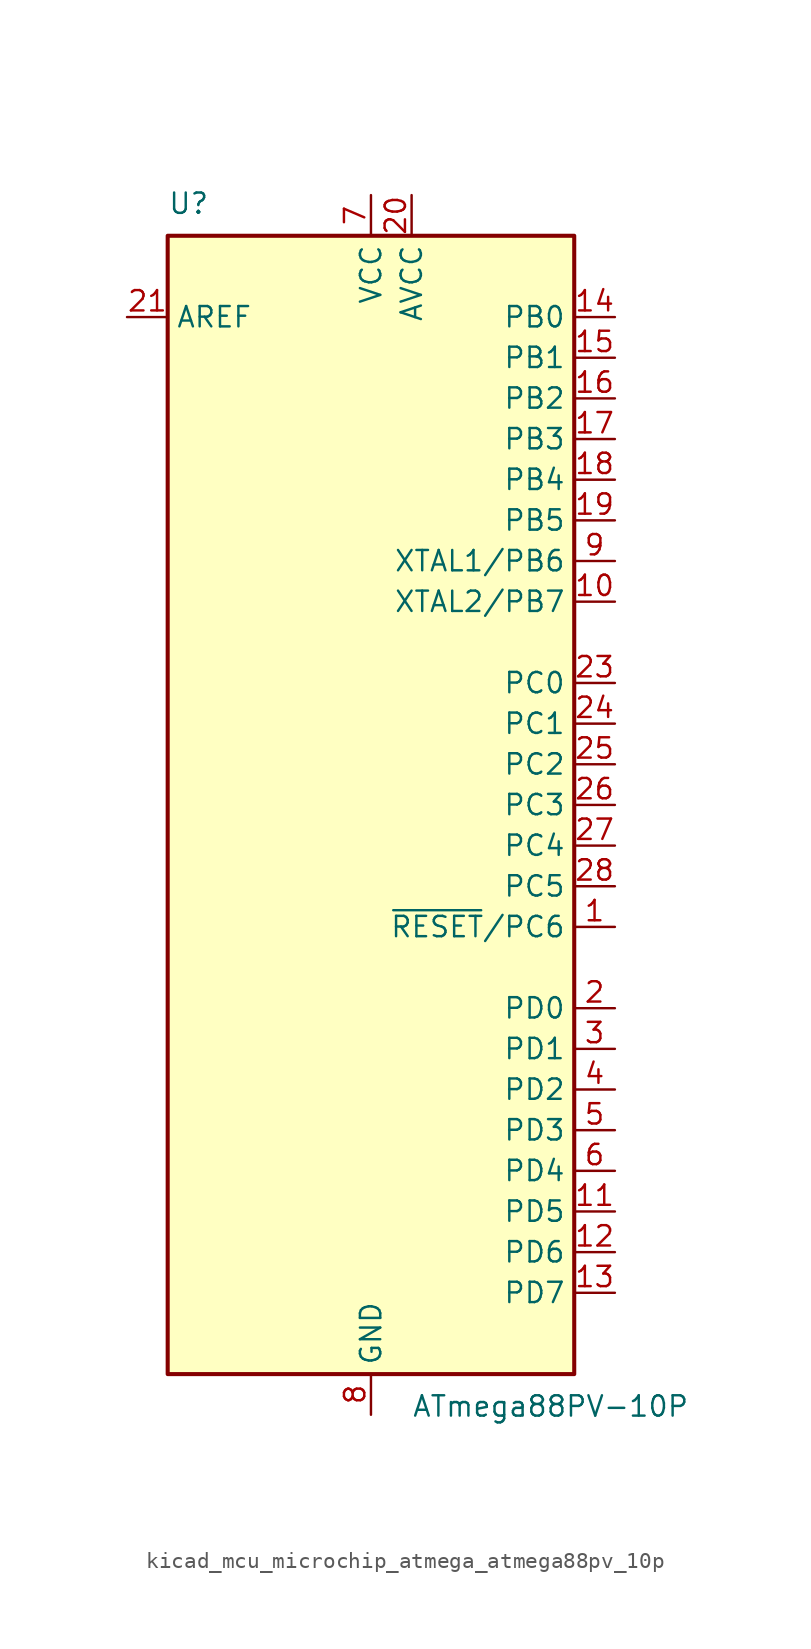
<source format=kicad_sym>
(kicad_symbol_lib
  (version 20220914)
  (generator kicad_symbol_editor)
  (symbol "kicad_mcu_microchip_atmega_atmega88pv_10p"
    (property "Reference" "U"
      (at -12.7 36.83 0)
      (effects (font (size 1.27 1.27)) (justify left bottom)))
    (property "Value" "ATmega88PV-10P"
      (at 2.54 -36.83 0)
      (effects (font (size 1.27 1.27)) (justify left top)))
    (symbol "kicad_mcu_microchip_atmega_atmega88pv_10p_0_1"
      (rectangle (start -12.7 -35.56) (end 12.7 35.56) (stroke (width 0.254) (type default)) (fill (type background))))
    (symbol "kicad_mcu_microchip_atmega_atmega88pv_10p_1_1"
      (pin bidirectional line (at 15.24 -7.62 180) (length 2.54) (name "~{RESET}/PC6" (effects (font (size 1.27 1.27)))) (number "1" (effects (font (size 1.27 1.27)))))
      (pin bidirectional line (at 15.24 12.7 180) (length 2.54) (name "XTAL2/PB7" (effects (font (size 1.27 1.27)))) (number "10" (effects (font (size 1.27 1.27)))))
      (pin bidirectional line (at 15.24 -25.4 180) (length 2.54) (name "PD5" (effects (font (size 1.27 1.27)))) (number "11" (effects (font (size 1.27 1.27)))))
      (pin bidirectional line (at 15.24 -27.94 180) (length 2.54) (name "PD6" (effects (font (size 1.27 1.27)))) (number "12" (effects (font (size 1.27 1.27)))))
      (pin bidirectional line (at 15.24 -30.48 180) (length 2.54) (name "PD7" (effects (font (size 1.27 1.27)))) (number "13" (effects (font (size 1.27 1.27)))))
      (pin bidirectional line (at 15.24 30.48 180) (length 2.54) (name "PB0" (effects (font (size 1.27 1.27)))) (number "14" (effects (font (size 1.27 1.27)))))
      (pin bidirectional line (at 15.24 27.94 180) (length 2.54) (name "PB1" (effects (font (size 1.27 1.27)))) (number "15" (effects (font (size 1.27 1.27)))))
      (pin bidirectional line (at 15.24 25.4 180) (length 2.54) (name "PB2" (effects (font (size 1.27 1.27)))) (number "16" (effects (font (size 1.27 1.27)))))
      (pin bidirectional line (at 15.24 22.86 180) (length 2.54) (name "PB3" (effects (font (size 1.27 1.27)))) (number "17" (effects (font (size 1.27 1.27)))))
      (pin bidirectional line (at 15.24 20.32 180) (length 2.54) (name "PB4" (effects (font (size 1.27 1.27)))) (number "18" (effects (font (size 1.27 1.27)))))
      (pin bidirectional line (at 15.24 17.78 180) (length 2.54) (name "PB5" (effects (font (size 1.27 1.27)))) (number "19" (effects (font (size 1.27 1.27)))))
      (pin bidirectional line (at 15.24 -12.7 180) (length 2.54) (name "PD0" (effects (font (size 1.27 1.27)))) (number "2" (effects (font (size 1.27 1.27)))))
      (pin power_in line (at 2.54 38.1 270) (length 2.54) (name "AVCC" (effects (font (size 1.27 1.27)))) (number "20" (effects (font (size 1.27 1.27)))))
      (pin passive line (at -15.24 30.48 0) (length 2.54) (name "AREF" (effects (font (size 1.27 1.27)))) (number "21" (effects (font (size 1.27 1.27)))))
      (pin passive line (at 0 -38.1 90) (length 2.54) hide (name "GND" (effects (font (size 1.27 1.27)))) (number "22" (effects (font (size 1.27 1.27)))))
      (pin bidirectional line (at 15.24 7.62 180) (length 2.54) (name "PC0" (effects (font (size 1.27 1.27)))) (number "23" (effects (font (size 1.27 1.27)))))
      (pin bidirectional line (at 15.24 5.08 180) (length 2.54) (name "PC1" (effects (font (size 1.27 1.27)))) (number "24" (effects (font (size 1.27 1.27)))))
      (pin bidirectional line (at 15.24 2.54 180) (length 2.54) (name "PC2" (effects (font (size 1.27 1.27)))) (number "25" (effects (font (size 1.27 1.27)))))
      (pin bidirectional line (at 15.24 0 180) (length 2.54) (name "PC3" (effects (font (size 1.27 1.27)))) (number "26" (effects (font (size 1.27 1.27)))))
      (pin bidirectional line (at 15.24 -2.54 180) (length 2.54) (name "PC4" (effects (font (size 1.27 1.27)))) (number "27" (effects (font (size 1.27 1.27)))))
      (pin bidirectional line (at 15.24 -5.08 180) (length 2.54) (name "PC5" (effects (font (size 1.27 1.27)))) (number "28" (effects (font (size 1.27 1.27)))))
      (pin bidirectional line (at 15.24 -15.24 180) (length 2.54) (name "PD1" (effects (font (size 1.27 1.27)))) (number "3" (effects (font (size 1.27 1.27)))))
      (pin bidirectional line (at 15.24 -17.78 180) (length 2.54) (name "PD2" (effects (font (size 1.27 1.27)))) (number "4" (effects (font (size 1.27 1.27)))))
      (pin bidirectional line (at 15.24 -20.32 180) (length 2.54) (name "PD3" (effects (font (size 1.27 1.27)))) (number "5" (effects (font (size 1.27 1.27)))))
      (pin bidirectional line (at 15.24 -22.86 180) (length 2.54) (name "PD4" (effects (font (size 1.27 1.27)))) (number "6" (effects (font (size 1.27 1.27)))))
      (pin power_in line (at 0 38.1 270) (length 2.54) (name "VCC" (effects (font (size 1.27 1.27)))) (number "7" (effects (font (size 1.27 1.27)))))
      (pin power_in line (at 0 -38.1 90) (length 2.54) (name "GND" (effects (font (size 1.27 1.27)))) (number "8" (effects (font (size 1.27 1.27)))))
      (pin bidirectional line (at 15.24 15.24 180) (length 2.54) (name "XTAL1/PB6" (effects (font (size 1.27 1.27)))) (number "9" (effects (font (size 1.27 1.27))))))))
</source>
